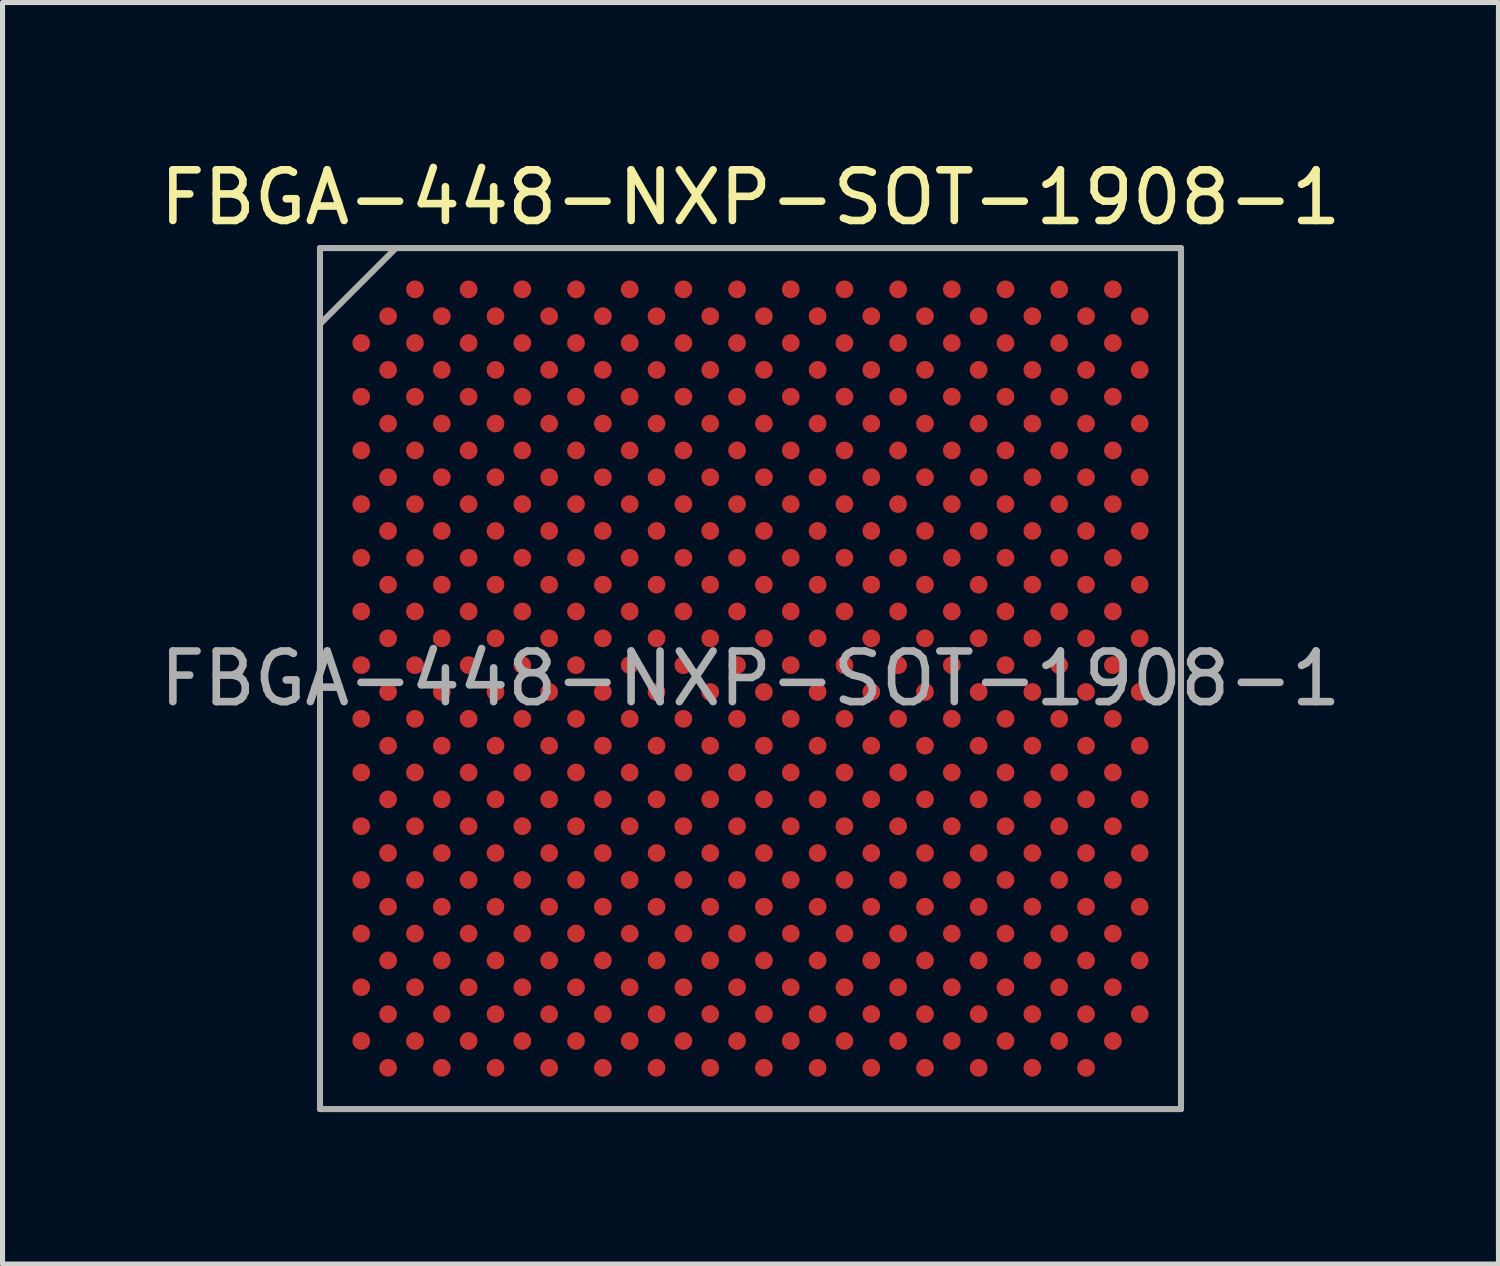
<source format=kicad_pcb>
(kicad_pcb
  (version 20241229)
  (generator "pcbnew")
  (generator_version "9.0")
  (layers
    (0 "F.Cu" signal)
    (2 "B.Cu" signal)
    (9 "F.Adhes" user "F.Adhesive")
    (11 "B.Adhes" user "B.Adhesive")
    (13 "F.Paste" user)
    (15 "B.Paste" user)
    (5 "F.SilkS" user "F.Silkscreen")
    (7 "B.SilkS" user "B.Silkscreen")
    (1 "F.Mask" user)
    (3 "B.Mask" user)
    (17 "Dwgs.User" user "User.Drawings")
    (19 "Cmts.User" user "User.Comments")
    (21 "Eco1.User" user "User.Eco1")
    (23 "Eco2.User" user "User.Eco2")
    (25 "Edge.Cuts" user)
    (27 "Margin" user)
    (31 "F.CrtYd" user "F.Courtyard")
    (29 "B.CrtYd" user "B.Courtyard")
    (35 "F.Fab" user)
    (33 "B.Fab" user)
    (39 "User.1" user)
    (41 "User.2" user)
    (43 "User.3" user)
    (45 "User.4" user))
  (footprint "FBGA-448-NXP-SOT-1908-1"
    (layer "F.Cu")
    (at 11.768 10.348)
    (property "Reference" "FBGA-448-NXP-SOT-1908-1" (at 0 -9.5 0) (layer "F.SilkS") (effects (font (size 1 1) (thickness 0.15))))
    (attr smd)
    (fp_line (start -8.5 -8.5) (end 8.5 -8.5) (stroke (width 0.1) (type solid)) (layer "F.SilkS"))
    (fp_line (start -8.5 8.5) (end -8.5 -8.5) (stroke (width 0.1) (type solid)) (layer "F.SilkS"))
    (fp_line (start 8.5 -8.5) (end 8.5 8.5) (stroke (width 0.1) (type solid)) (layer "F.SilkS"))
    (fp_line (start 8.5 8.5) (end -8.5 8.5) (stroke (width 0.1) (type solid)) (layer "F.SilkS"))
    (fp_line (start -8.5 -8.5) (end -8.5 8.5) (stroke (width 0.12) (type solid)) (layer "F.Fab"))
    (fp_line (start -8.5 8.5) (end 8.5 8.5) (stroke (width 0.12) (type solid)) (layer "F.Fab"))
    (fp_line (start -7 -8.5) (end -8.5 -7) (stroke (width 0.12) (type solid)) (layer "F.Fab"))
    (fp_line (start 8.5 -8.5) (end -8.5 -8.5) (stroke (width 0.12) (type solid)) (layer "F.Fab"))
    (fp_line (start 8.5 8.5) (end 8.5 -8.5) (stroke (width 0.12) (type solid)) (layer "F.Fab"))
    (fp_text user "${REFERENCE}" (at 0 0 0) (layer "F.Fab") (effects (font (size 1 1) (thickness 0.15))))
    (pad "A3" smd circle (at -6.625 -7.685) (size 0.35 0.35) (layers "F.Cu" "F.Mask" "F.Paste"))
    (pad "A5" smd circle (at -5.565 -7.685) (size 0.35 0.35) (layers "F.Cu" "F.Mask" "F.Paste"))
    (pad "A7" smd circle (at -4.505 -7.685) (size 0.35 0.35) (layers "F.Cu" "F.Mask" "F.Paste"))
    (pad "A9" smd circle (at -3.445 -7.685) (size 0.35 0.35) (layers "F.Cu" "F.Mask" "F.Paste"))
    (pad "A11" smd circle (at -2.385 -7.685) (size 0.35 0.35) (layers "F.Cu" "F.Mask" "F.Paste"))
    (pad "A13" smd circle (at -1.325 -7.685) (size 0.35 0.35) (layers "F.Cu" "F.Mask" "F.Paste"))
    (pad "A15" smd circle (at -0.265 -7.685) (size 0.35 0.35) (layers "F.Cu" "F.Mask" "F.Paste"))
    (pad "A17" smd circle (at 0.795 -7.685) (size 0.35 0.35) (layers "F.Cu" "F.Mask" "F.Paste"))
    (pad "A19" smd circle (at 1.855 -7.685) (size 0.35 0.35) (layers "F.Cu" "F.Mask" "F.Paste"))
    (pad "A21" smd circle (at 2.915 -7.685) (size 0.35 0.35) (layers "F.Cu" "F.Mask" "F.Paste"))
    (pad "A23" smd circle (at 3.975 -7.685) (size 0.35 0.35) (layers "F.Cu" "F.Mask" "F.Paste"))
    (pad "A25" smd circle (at 5.035 -7.685) (size 0.35 0.35) (layers "F.Cu" "F.Mask" "F.Paste"))
    (pad "A27" smd circle (at 6.095 -7.685) (size 0.35 0.35) (layers "F.Cu" "F.Mask" "F.Paste"))
    (pad "A29" smd circle (at 7.155 -7.685) (size 0.35 0.35) (layers "F.Cu" "F.Mask" "F.Paste"))
    (pad "AA1" smd circle (at -7.685 2.915) (size 0.35 0.35) (layers "F.Cu" "F.Mask" "F.Paste"))
    (pad "AA3" smd circle (at -6.625 2.915) (size 0.35 0.35) (layers "F.Cu" "F.Mask" "F.Paste"))
    (pad "AA5" smd circle (at -5.565 2.915) (size 0.35 0.35) (layers "F.Cu" "F.Mask" "F.Paste"))
    (pad "AA7" smd circle (at -4.505 2.915) (size 0.35 0.35) (layers "F.Cu" "F.Mask" "F.Paste"))
    (pad "AA9" smd circle (at -3.445 2.915) (size 0.35 0.35) (layers "F.Cu" "F.Mask" "F.Paste"))
    (pad "AA11" smd circle (at -2.385 2.915) (size 0.35 0.35) (layers "F.Cu" "F.Mask" "F.Paste"))
    (pad "AA13" smd circle (at -1.325 2.915) (size 0.35 0.35) (layers "F.Cu" "F.Mask" "F.Paste"))
    (pad "AA15" smd circle (at -0.265 2.915) (size 0.35 0.35) (layers "F.Cu" "F.Mask" "F.Paste"))
    (pad "AA17" smd circle (at 0.795 2.915) (size 0.35 0.35) (layers "F.Cu" "F.Mask" "F.Paste"))
    (pad "AA19" smd circle (at 1.855 2.915) (size 0.35 0.35) (layers "F.Cu" "F.Mask" "F.Paste"))
    (pad "AA21" smd circle (at 2.915 2.915) (size 0.35 0.35) (layers "F.Cu" "F.Mask" "F.Paste"))
    (pad "AA23" smd circle (at 3.975 2.915) (size 0.35 0.35) (layers "F.Cu" "F.Mask" "F.Paste"))
    (pad "AA25" smd circle (at 5.035 2.915) (size 0.35 0.35) (layers "F.Cu" "F.Mask" "F.Paste"))
    (pad "AA27" smd circle (at 6.095 2.915) (size 0.35 0.35) (layers "F.Cu" "F.Mask" "F.Paste"))
    (pad "AA29" smd circle (at 7.155 2.915) (size 0.35 0.35) (layers "F.Cu" "F.Mask" "F.Paste"))
    (pad "AB2" smd circle (at -7.155 3.445) (size 0.35 0.35) (layers "F.Cu" "F.Mask" "F.Paste"))
    (pad "AB4" smd circle (at -6.095 3.445) (size 0.35 0.35) (layers "F.Cu" "F.Mask" "F.Paste"))
    (pad "AB6" smd circle (at -5.035 3.445) (size 0.35 0.35) (layers "F.Cu" "F.Mask" "F.Paste"))
    (pad "AB8" smd circle (at -3.975 3.445) (size 0.35 0.35) (layers "F.Cu" "F.Mask" "F.Paste"))
    (pad "AB10" smd circle (at -2.915 3.445) (size 0.35 0.35) (layers "F.Cu" "F.Mask" "F.Paste"))
    (pad "AB12" smd circle (at -1.855 3.445) (size 0.35 0.35) (layers "F.Cu" "F.Mask" "F.Paste"))
    (pad "AB14" smd circle (at -0.795 3.445) (size 0.35 0.35) (layers "F.Cu" "F.Mask" "F.Paste"))
    (pad "AB16" smd circle (at 0.265 3.445) (size 0.35 0.35) (layers "F.Cu" "F.Mask" "F.Paste"))
    (pad "AB18" smd circle (at 1.325 3.445) (size 0.35 0.35) (layers "F.Cu" "F.Mask" "F.Paste"))
    (pad "AB20" smd circle (at 2.385 3.445) (size 0.35 0.35) (layers "F.Cu" "F.Mask" "F.Paste"))
    (pad "AB22" smd circle (at 3.445 3.445) (size 0.35 0.35) (layers "F.Cu" "F.Mask" "F.Paste"))
    (pad "AB24" smd circle (at 4.505 3.445) (size 0.35 0.35) (layers "F.Cu" "F.Mask" "F.Paste"))
    (pad "AB26" smd circle (at 5.565 3.445) (size 0.35 0.35) (layers "F.Cu" "F.Mask" "F.Paste"))
    (pad "AB28" smd circle (at 6.625 3.445) (size 0.35 0.35) (layers "F.Cu" "F.Mask" "F.Paste"))
    (pad "AB30" smd circle (at 7.685 3.445) (size 0.35 0.35) (layers "F.Cu" "F.Mask" "F.Paste"))
    (pad "AC1" smd circle (at -7.685 3.975) (size 0.35 0.35) (layers "F.Cu" "F.Mask" "F.Paste"))
    (pad "AC3" smd circle (at -6.625 3.975) (size 0.35 0.35) (layers "F.Cu" "F.Mask" "F.Paste"))
    (pad "AC5" smd circle (at -5.565 3.975) (size 0.35 0.35) (layers "F.Cu" "F.Mask" "F.Paste"))
    (pad "AC7" smd circle (at -4.505 3.975) (size 0.35 0.35) (layers "F.Cu" "F.Mask" "F.Paste"))
    (pad "AC9" smd circle (at -3.445 3.975) (size 0.35 0.35) (layers "F.Cu" "F.Mask" "F.Paste"))
    (pad "AC11" smd circle (at -2.385 3.975) (size 0.35 0.35) (layers "F.Cu" "F.Mask" "F.Paste"))
    (pad "AC13" smd circle (at -1.325 3.975) (size 0.35 0.35) (layers "F.Cu" "F.Mask" "F.Paste"))
    (pad "AC15" smd circle (at -0.265 3.975) (size 0.35 0.35) (layers "F.Cu" "F.Mask" "F.Paste"))
    (pad "AC17" smd circle (at 0.795 3.975) (size 0.35 0.35) (layers "F.Cu" "F.Mask" "F.Paste"))
    (pad "AC19" smd circle (at 1.855 3.975) (size 0.35 0.35) (layers "F.Cu" "F.Mask" "F.Paste"))
    (pad "AC21" smd circle (at 2.915 3.975) (size 0.35 0.35) (layers "F.Cu" "F.Mask" "F.Paste"))
    (pad "AC23" smd circle (at 3.975 3.975) (size 0.35 0.35) (layers "F.Cu" "F.Mask" "F.Paste"))
    (pad "AC25" smd circle (at 5.035 3.975) (size 0.35 0.35) (layers "F.Cu" "F.Mask" "F.Paste"))
    (pad "AC27" smd circle (at 6.095 3.975) (size 0.35 0.35) (layers "F.Cu" "F.Mask" "F.Paste"))
    (pad "AC29" smd circle (at 7.155 3.975) (size 0.35 0.35) (layers "F.Cu" "F.Mask" "F.Paste"))
    (pad "AD2" smd circle (at -7.155 4.505) (size 0.35 0.35) (layers "F.Cu" "F.Mask" "F.Paste"))
    (pad "AD4" smd circle (at -6.095 4.505) (size 0.35 0.35) (layers "F.Cu" "F.Mask" "F.Paste"))
    (pad "AD6" smd circle (at -5.035 4.505) (size 0.35 0.35) (layers "F.Cu" "F.Mask" "F.Paste"))
    (pad "AD8" smd circle (at -3.975 4.505) (size 0.35 0.35) (layers "F.Cu" "F.Mask" "F.Paste"))
    (pad "AD10" smd circle (at -2.915 4.505) (size 0.35 0.35) (layers "F.Cu" "F.Mask" "F.Paste"))
    (pad "AD12" smd circle (at -1.855 4.505) (size 0.35 0.35) (layers "F.Cu" "F.Mask" "F.Paste"))
    (pad "AD14" smd circle (at -0.795 4.505) (size 0.35 0.35) (layers "F.Cu" "F.Mask" "F.Paste"))
    (pad "AD16" smd circle (at 0.265 4.505) (size 0.35 0.35) (layers "F.Cu" "F.Mask" "F.Paste"))
    (pad "AD18" smd circle (at 1.325 4.505) (size 0.35 0.35) (layers "F.Cu" "F.Mask" "F.Paste"))
    (pad "AD20" smd circle (at 2.385 4.505) (size 0.35 0.35) (layers "F.Cu" "F.Mask" "F.Paste"))
    (pad "AD22" smd circle (at 3.445 4.505) (size 0.35 0.35) (layers "F.Cu" "F.Mask" "F.Paste"))
    (pad "AD24" smd circle (at 4.505 4.505) (size 0.35 0.35) (layers "F.Cu" "F.Mask" "F.Paste"))
    (pad "AD26" smd circle (at 5.565 4.505) (size 0.35 0.35) (layers "F.Cu" "F.Mask" "F.Paste"))
    (pad "AD28" smd circle (at 6.625 4.505) (size 0.35 0.35) (layers "F.Cu" "F.Mask" "F.Paste"))
    (pad "AD30" smd circle (at 7.685 4.505) (size 0.35 0.35) (layers "F.Cu" "F.Mask" "F.Paste"))
    (pad "AE1" smd circle (at -7.685 5.035) (size 0.35 0.35) (layers "F.Cu" "F.Mask" "F.Paste"))
    (pad "AE3" smd circle (at -6.625 5.035) (size 0.35 0.35) (layers "F.Cu" "F.Mask" "F.Paste"))
    (pad "AE5" smd circle (at -5.565 5.035) (size 0.35 0.35) (layers "F.Cu" "F.Mask" "F.Paste"))
    (pad "AE7" smd circle (at -4.505 5.035) (size 0.35 0.35) (layers "F.Cu" "F.Mask" "F.Paste"))
    (pad "AE9" smd circle (at -3.445 5.035) (size 0.35 0.35) (layers "F.Cu" "F.Mask" "F.Paste"))
    (pad "AE11" smd circle (at -2.385 5.035) (size 0.35 0.35) (layers "F.Cu" "F.Mask" "F.Paste"))
    (pad "AE13" smd circle (at -1.325 5.035) (size 0.35 0.35) (layers "F.Cu" "F.Mask" "F.Paste"))
    (pad "AE15" smd circle (at -0.265 5.035) (size 0.35 0.35) (layers "F.Cu" "F.Mask" "F.Paste"))
    (pad "AE17" smd circle (at 0.795 5.035) (size 0.35 0.35) (layers "F.Cu" "F.Mask" "F.Paste"))
    (pad "AE19" smd circle (at 1.855 5.035) (size 0.35 0.35) (layers "F.Cu" "F.Mask" "F.Paste"))
    (pad "AE21" smd circle (at 2.915 5.035) (size 0.35 0.35) (layers "F.Cu" "F.Mask" "F.Paste"))
    (pad "AE23" smd circle (at 3.975 5.035) (size 0.35 0.35) (layers "F.Cu" "F.Mask" "F.Paste"))
    (pad "AE25" smd circle (at 5.035 5.035) (size 0.35 0.35) (layers "F.Cu" "F.Mask" "F.Paste"))
    (pad "AE27" smd circle (at 6.095 5.035) (size 0.35 0.35) (layers "F.Cu" "F.Mask" "F.Paste"))
    (pad "AE29" smd circle (at 7.155 5.035) (size 0.35 0.35) (layers "F.Cu" "F.Mask" "F.Paste"))
    (pad "AF2" smd circle (at -7.155 5.565) (size 0.35 0.35) (layers "F.Cu" "F.Mask" "F.Paste"))
    (pad "AF4" smd circle (at -6.095 5.565) (size 0.35 0.35) (layers "F.Cu" "F.Mask" "F.Paste"))
    (pad "AF6" smd circle (at -5.035 5.565) (size 0.35 0.35) (layers "F.Cu" "F.Mask" "F.Paste"))
    (pad "AF8" smd circle (at -3.975 5.565) (size 0.35 0.35) (layers "F.Cu" "F.Mask" "F.Paste"))
    (pad "AF10" smd circle (at -2.915 5.565) (size 0.35 0.35) (layers "F.Cu" "F.Mask" "F.Paste"))
    (pad "AF12" smd circle (at -1.855 5.565) (size 0.35 0.35) (layers "F.Cu" "F.Mask" "F.Paste"))
    (pad "AF14" smd circle (at -0.795 5.565) (size 0.35 0.35) (layers "F.Cu" "F.Mask" "F.Paste"))
    (pad "AF16" smd circle (at 0.265 5.565) (size 0.35 0.35) (layers "F.Cu" "F.Mask" "F.Paste"))
    (pad "AF18" smd circle (at 1.325 5.565) (size 0.35 0.35) (layers "F.Cu" "F.Mask" "F.Paste"))
    (pad "AF20" smd circle (at 2.385 5.565) (size 0.35 0.35) (layers "F.Cu" "F.Mask" "F.Paste"))
    (pad "AF22" smd circle (at 3.445 5.565) (size 0.35 0.35) (layers "F.Cu" "F.Mask" "F.Paste"))
    (pad "AF24" smd circle (at 4.505 5.565) (size 0.35 0.35) (layers "F.Cu" "F.Mask" "F.Paste"))
    (pad "AF26" smd circle (at 5.565 5.565) (size 0.35 0.35) (layers "F.Cu" "F.Mask" "F.Paste"))
    (pad "AF28" smd circle (at 6.625 5.565) (size 0.35 0.35) (layers "F.Cu" "F.Mask" "F.Paste"))
    (pad "AF30" smd circle (at 7.685 5.565) (size 0.35 0.35) (layers "F.Cu" "F.Mask" "F.Paste"))
    (pad "AG1" smd circle (at -7.685 6.095) (size 0.35 0.35) (layers "F.Cu" "F.Mask" "F.Paste"))
    (pad "AG3" smd circle (at -6.625 6.095) (size 0.35 0.35) (layers "F.Cu" "F.Mask" "F.Paste"))
    (pad "AG5" smd circle (at -5.565 6.095) (size 0.35 0.35) (layers "F.Cu" "F.Mask" "F.Paste"))
    (pad "AG7" smd circle (at -4.505 6.095) (size 0.35 0.35) (layers "F.Cu" "F.Mask" "F.Paste"))
    (pad "AG9" smd circle (at -3.445 6.095) (size 0.35 0.35) (layers "F.Cu" "F.Mask" "F.Paste"))
    (pad "AG11" smd circle (at -2.385 6.095) (size 0.35 0.35) (layers "F.Cu" "F.Mask" "F.Paste"))
    (pad "AG13" smd circle (at -1.325 6.095) (size 0.35 0.35) (layers "F.Cu" "F.Mask" "F.Paste"))
    (pad "AG15" smd circle (at -0.265 6.095) (size 0.35 0.35) (layers "F.Cu" "F.Mask" "F.Paste"))
    (pad "AG17" smd circle (at 0.795 6.095) (size 0.35 0.35) (layers "F.Cu" "F.Mask" "F.Paste"))
    (pad "AG19" smd circle (at 1.855 6.095) (size 0.35 0.35) (layers "F.Cu" "F.Mask" "F.Paste"))
    (pad "AG21" smd circle (at 2.915 6.095) (size 0.35 0.35) (layers "F.Cu" "F.Mask" "F.Paste"))
    (pad "AG23" smd circle (at 3.975 6.095) (size 0.35 0.35) (layers "F.Cu" "F.Mask" "F.Paste"))
    (pad "AG25" smd circle (at 5.035 6.095) (size 0.35 0.35) (layers "F.Cu" "F.Mask" "F.Paste"))
    (pad "AG27" smd circle (at 6.095 6.095) (size 0.35 0.35) (layers "F.Cu" "F.Mask" "F.Paste"))
    (pad "AG29" smd circle (at 7.155 6.095) (size 0.35 0.35) (layers "F.Cu" "F.Mask" "F.Paste"))
    (pad "AH2" smd circle (at -7.155 6.625) (size 0.35 0.35) (layers "F.Cu" "F.Mask" "F.Paste"))
    (pad "AH4" smd circle (at -6.095 6.625) (size 0.35 0.35) (layers "F.Cu" "F.Mask" "F.Paste"))
    (pad "AH6" smd circle (at -5.035 6.625) (size 0.35 0.35) (layers "F.Cu" "F.Mask" "F.Paste"))
    (pad "AH8" smd circle (at -3.975 6.625) (size 0.35 0.35) (layers "F.Cu" "F.Mask" "F.Paste"))
    (pad "AH10" smd circle (at -2.915 6.625) (size 0.35 0.35) (layers "F.Cu" "F.Mask" "F.Paste"))
    (pad "AH12" smd circle (at -1.855 6.625) (size 0.35 0.35) (layers "F.Cu" "F.Mask" "F.Paste"))
    (pad "AH14" smd circle (at -0.795 6.625) (size 0.35 0.35) (layers "F.Cu" "F.Mask" "F.Paste"))
    (pad "AH16" smd circle (at 0.265 6.625) (size 0.35 0.35) (layers "F.Cu" "F.Mask" "F.Paste"))
    (pad "AH18" smd circle (at 1.325 6.625) (size 0.35 0.35) (layers "F.Cu" "F.Mask" "F.Paste"))
    (pad "AH20" smd circle (at 2.385 6.625) (size 0.35 0.35) (layers "F.Cu" "F.Mask" "F.Paste"))
    (pad "AH22" smd circle (at 3.445 6.625) (size 0.35 0.35) (layers "F.Cu" "F.Mask" "F.Paste"))
    (pad "AH24" smd circle (at 4.505 6.625) (size 0.35 0.35) (layers "F.Cu" "F.Mask" "F.Paste"))
    (pad "AH26" smd circle (at 5.565 6.625) (size 0.35 0.35) (layers "F.Cu" "F.Mask" "F.Paste"))
    (pad "AH28" smd circle (at 6.625 6.625) (size 0.35 0.35) (layers "F.Cu" "F.Mask" "F.Paste"))
    (pad "AH30" smd circle (at 7.685 6.625) (size 0.35 0.35) (layers "F.Cu" "F.Mask" "F.Paste"))
    (pad "AJ1" smd circle (at -7.685 7.155) (size 0.35 0.35) (layers "F.Cu" "F.Mask" "F.Paste"))
    (pad "AJ3" smd circle (at -6.625 7.155) (size 0.35 0.35) (layers "F.Cu" "F.Mask" "F.Paste"))
    (pad "AJ5" smd circle (at -5.565 7.155) (size 0.35 0.35) (layers "F.Cu" "F.Mask" "F.Paste"))
    (pad "AJ7" smd circle (at -4.505 7.155) (size 0.35 0.35) (layers "F.Cu" "F.Mask" "F.Paste"))
    (pad "AJ9" smd circle (at -3.445 7.155) (size 0.35 0.35) (layers "F.Cu" "F.Mask" "F.Paste"))
    (pad "AJ11" smd circle (at -2.385 7.155) (size 0.35 0.35) (layers "F.Cu" "F.Mask" "F.Paste"))
    (pad "AJ13" smd circle (at -1.325 7.155) (size 0.35 0.35) (layers "F.Cu" "F.Mask" "F.Paste"))
    (pad "AJ15" smd circle (at -0.265 7.155) (size 0.35 0.35) (layers "F.Cu" "F.Mask" "F.Paste"))
    (pad "AJ17" smd circle (at 0.795 7.155) (size 0.35 0.35) (layers "F.Cu" "F.Mask" "F.Paste"))
    (pad "AJ19" smd circle (at 1.855 7.155) (size 0.35 0.35) (layers "F.Cu" "F.Mask" "F.Paste"))
    (pad "AJ21" smd circle (at 2.915 7.155) (size 0.35 0.35) (layers "F.Cu" "F.Mask" "F.Paste"))
    (pad "AJ23" smd circle (at 3.975 7.155) (size 0.35 0.35) (layers "F.Cu" "F.Mask" "F.Paste"))
    (pad "AJ25" smd circle (at 5.035 7.155) (size 0.35 0.35) (layers "F.Cu" "F.Mask" "F.Paste"))
    (pad "AJ27" smd circle (at 6.095 7.155) (size 0.35 0.35) (layers "F.Cu" "F.Mask" "F.Paste"))
    (pad "AJ29" smd circle (at 7.155 7.155) (size 0.35 0.35) (layers "F.Cu" "F.Mask" "F.Paste"))
    (pad "AK2" smd circle (at -7.155 7.685) (size 0.35 0.35) (layers "F.Cu" "F.Mask" "F.Paste"))
    (pad "AK4" smd circle (at -6.095 7.685) (size 0.35 0.35) (layers "F.Cu" "F.Mask" "F.Paste"))
    (pad "AK6" smd circle (at -5.035 7.685) (size 0.35 0.35) (layers "F.Cu" "F.Mask" "F.Paste"))
    (pad "AK8" smd circle (at -3.975 7.685) (size 0.35 0.35) (layers "F.Cu" "F.Mask" "F.Paste"))
    (pad "AK10" smd circle (at -2.915 7.685) (size 0.35 0.35) (layers "F.Cu" "F.Mask" "F.Paste"))
    (pad "AK12" smd circle (at -1.855 7.685) (size 0.35 0.35) (layers "F.Cu" "F.Mask" "F.Paste"))
    (pad "AK14" smd circle (at -0.795 7.685) (size 0.35 0.35) (layers "F.Cu" "F.Mask" "F.Paste"))
    (pad "AK16" smd circle (at 0.265 7.685) (size 0.35 0.35) (layers "F.Cu" "F.Mask" "F.Paste"))
    (pad "AK18" smd circle (at 1.325 7.685) (size 0.35 0.35) (layers "F.Cu" "F.Mask" "F.Paste"))
    (pad "AK20" smd circle (at 2.385 7.685) (size 0.35 0.35) (layers "F.Cu" "F.Mask" "F.Paste"))
    (pad "AK22" smd circle (at 3.445 7.685) (size 0.35 0.35) (layers "F.Cu" "F.Mask" "F.Paste"))
    (pad "AK24" smd circle (at 4.505 7.685) (size 0.35 0.35) (layers "F.Cu" "F.Mask" "F.Paste"))
    (pad "AK26" smd circle (at 5.565 7.685) (size 0.35 0.35) (layers "F.Cu" "F.Mask" "F.Paste"))
    (pad "AK28" smd circle (at 6.625 7.685) (size 0.35 0.35) (layers "F.Cu" "F.Mask" "F.Paste"))
    (pad "B2" smd circle (at -7.155 -7.155) (size 0.35 0.35) (layers "F.Cu" "F.Mask" "F.Paste"))
    (pad "B4" smd circle (at -6.095 -7.155) (size 0.35 0.35) (layers "F.Cu" "F.Mask" "F.Paste"))
    (pad "B6" smd circle (at -5.035 -7.155) (size 0.35 0.35) (layers "F.Cu" "F.Mask" "F.Paste"))
    (pad "B8" smd circle (at -3.975 -7.155) (size 0.35 0.35) (layers "F.Cu" "F.Mask" "F.Paste"))
    (pad "B10" smd circle (at -2.915 -7.155) (size 0.35 0.35) (layers "F.Cu" "F.Mask" "F.Paste"))
    (pad "B12" smd circle (at -1.855 -7.155) (size 0.35 0.35) (layers "F.Cu" "F.Mask" "F.Paste"))
    (pad "B14" smd circle (at -0.795 -7.155) (size 0.35 0.35) (layers "F.Cu" "F.Mask" "F.Paste"))
    (pad "B16" smd circle (at 0.265 -7.155) (size 0.35 0.35) (layers "F.Cu" "F.Mask" "F.Paste"))
    (pad "B18" smd circle (at 1.325 -7.155) (size 0.35 0.35) (layers "F.Cu" "F.Mask" "F.Paste"))
    (pad "B20" smd circle (at 2.385 -7.155) (size 0.35 0.35) (layers "F.Cu" "F.Mask" "F.Paste"))
    (pad "B22" smd circle (at 3.445 -7.155) (size 0.35 0.35) (layers "F.Cu" "F.Mask" "F.Paste"))
    (pad "B24" smd circle (at 4.505 -7.155) (size 0.35 0.35) (layers "F.Cu" "F.Mask" "F.Paste"))
    (pad "B26" smd circle (at 5.565 -7.155) (size 0.35 0.35) (layers "F.Cu" "F.Mask" "F.Paste"))
    (pad "B28" smd circle (at 6.625 -7.155) (size 0.35 0.35) (layers "F.Cu" "F.Mask" "F.Paste"))
    (pad "B30" smd circle (at 7.685 -7.155) (size 0.35 0.35) (layers "F.Cu" "F.Mask" "F.Paste"))
    (pad "C1" smd circle (at -7.685 -6.625) (size 0.35 0.35) (layers "F.Cu" "F.Mask" "F.Paste"))
    (pad "C3" smd circle (at -6.625 -6.625) (size 0.35 0.35) (layers "F.Cu" "F.Mask" "F.Paste"))
    (pad "C5" smd circle (at -5.565 -6.625) (size 0.35 0.35) (layers "F.Cu" "F.Mask" "F.Paste"))
    (pad "C7" smd circle (at -4.505 -6.625) (size 0.35 0.35) (layers "F.Cu" "F.Mask" "F.Paste"))
    (pad "C9" smd circle (at -3.445 -6.625) (size 0.35 0.35) (layers "F.Cu" "F.Mask" "F.Paste"))
    (pad "C11" smd circle (at -2.385 -6.625) (size 0.35 0.35) (layers "F.Cu" "F.Mask" "F.Paste"))
    (pad "C13" smd circle (at -1.325 -6.625) (size 0.35 0.35) (layers "F.Cu" "F.Mask" "F.Paste"))
    (pad "C15" smd circle (at -0.265 -6.625) (size 0.35 0.35) (layers "F.Cu" "F.Mask" "F.Paste"))
    (pad "C17" smd circle (at 0.795 -6.625) (size 0.35 0.35) (layers "F.Cu" "F.Mask" "F.Paste"))
    (pad "C19" smd circle (at 1.855 -6.625) (size 0.35 0.35) (layers "F.Cu" "F.Mask" "F.Paste"))
    (pad "C21" smd circle (at 2.915 -6.625) (size 0.35 0.35) (layers "F.Cu" "F.Mask" "F.Paste"))
    (pad "C23" smd circle (at 3.975 -6.625) (size 0.35 0.35) (layers "F.Cu" "F.Mask" "F.Paste"))
    (pad "C25" smd circle (at 5.035 -6.625) (size 0.35 0.35) (layers "F.Cu" "F.Mask" "F.Paste"))
    (pad "C27" smd circle (at 6.095 -6.625) (size 0.35 0.35) (layers "F.Cu" "F.Mask" "F.Paste"))
    (pad "C29" smd circle (at 7.155 -6.625) (size 0.35 0.35) (layers "F.Cu" "F.Mask" "F.Paste"))
    (pad "D2" smd circle (at -7.155 -6.095) (size 0.35 0.35) (layers "F.Cu" "F.Mask" "F.Paste"))
    (pad "D4" smd circle (at -6.095 -6.095) (size 0.35 0.35) (layers "F.Cu" "F.Mask" "F.Paste"))
    (pad "D6" smd circle (at -5.035 -6.095) (size 0.35 0.35) (layers "F.Cu" "F.Mask" "F.Paste"))
    (pad "D8" smd circle (at -3.975 -6.095) (size 0.35 0.35) (layers "F.Cu" "F.Mask" "F.Paste"))
    (pad "D10" smd circle (at -2.915 -6.095) (size 0.35 0.35) (layers "F.Cu" "F.Mask" "F.Paste"))
    (pad "D12" smd circle (at -1.855 -6.095) (size 0.35 0.35) (layers "F.Cu" "F.Mask" "F.Paste"))
    (pad "D14" smd circle (at -0.795 -6.095) (size 0.35 0.35) (layers "F.Cu" "F.Mask" "F.Paste"))
    (pad "D16" smd circle (at 0.265 -6.095) (size 0.35 0.35) (layers "F.Cu" "F.Mask" "F.Paste"))
    (pad "D18" smd circle (at 1.325 -6.095) (size 0.35 0.35) (layers "F.Cu" "F.Mask" "F.Paste"))
    (pad "D20" smd circle (at 2.385 -6.095) (size 0.35 0.35) (layers "F.Cu" "F.Mask" "F.Paste"))
    (pad "D22" smd circle (at 3.445 -6.095) (size 0.35 0.35) (layers "F.Cu" "F.Mask" "F.Paste"))
    (pad "D24" smd circle (at 4.505 -6.095) (size 0.35 0.35) (layers "F.Cu" "F.Mask" "F.Paste"))
    (pad "D26" smd circle (at 5.565 -6.095) (size 0.35 0.35) (layers "F.Cu" "F.Mask" "F.Paste"))
    (pad "D28" smd circle (at 6.625 -6.095) (size 0.35 0.35) (layers "F.Cu" "F.Mask" "F.Paste"))
    (pad "D30" smd circle (at 7.685 -6.095) (size 0.35 0.35) (layers "F.Cu" "F.Mask" "F.Paste"))
    (pad "E1" smd circle (at -7.685 -5.565) (size 0.35 0.35) (layers "F.Cu" "F.Mask" "F.Paste"))
    (pad "E3" smd circle (at -6.625 -5.565) (size 0.35 0.35) (layers "F.Cu" "F.Mask" "F.Paste"))
    (pad "E5" smd circle (at -5.565 -5.565) (size 0.35 0.35) (layers "F.Cu" "F.Mask" "F.Paste"))
    (pad "E7" smd circle (at -4.505 -5.565) (size 0.35 0.35) (layers "F.Cu" "F.Mask" "F.Paste"))
    (pad "E9" smd circle (at -3.445 -5.565) (size 0.35 0.35) (layers "F.Cu" "F.Mask" "F.Paste"))
    (pad "E11" smd circle (at -2.385 -5.565) (size 0.35 0.35) (layers "F.Cu" "F.Mask" "F.Paste"))
    (pad "E13" smd circle (at -1.325 -5.565) (size 0.35 0.35) (layers "F.Cu" "F.Mask" "F.Paste"))
    (pad "E15" smd circle (at -0.265 -5.565) (size 0.35 0.35) (layers "F.Cu" "F.Mask" "F.Paste"))
    (pad "E17" smd circle (at 0.795 -5.565) (size 0.35 0.35) (layers "F.Cu" "F.Mask" "F.Paste"))
    (pad "E19" smd circle (at 1.855 -5.565) (size 0.35 0.35) (layers "F.Cu" "F.Mask" "F.Paste"))
    (pad "E21" smd circle (at 2.915 -5.565) (size 0.35 0.35) (layers "F.Cu" "F.Mask" "F.Paste"))
    (pad "E23" smd circle (at 3.975 -5.565) (size 0.35 0.35) (layers "F.Cu" "F.Mask" "F.Paste"))
    (pad "E25" smd circle (at 5.035 -5.565) (size 0.35 0.35) (layers "F.Cu" "F.Mask" "F.Paste"))
    (pad "E27" smd circle (at 6.095 -5.565) (size 0.35 0.35) (layers "F.Cu" "F.Mask" "F.Paste"))
    (pad "E29" smd circle (at 7.155 -5.565) (size 0.35 0.35) (layers "F.Cu" "F.Mask" "F.Paste"))
    (pad "F2" smd circle (at -7.155 -5.035) (size 0.35 0.35) (layers "F.Cu" "F.Mask" "F.Paste"))
    (pad "F4" smd circle (at -6.095 -5.035) (size 0.35 0.35) (layers "F.Cu" "F.Mask" "F.Paste"))
    (pad "F6" smd circle (at -5.035 -5.035) (size 0.35 0.35) (layers "F.Cu" "F.Mask" "F.Paste"))
    (pad "F8" smd circle (at -3.975 -5.035) (size 0.35 0.35) (layers "F.Cu" "F.Mask" "F.Paste"))
    (pad "F10" smd circle (at -2.915 -5.035) (size 0.35 0.35) (layers "F.Cu" "F.Mask" "F.Paste"))
    (pad "F12" smd circle (at -1.855 -5.035) (size 0.35 0.35) (layers "F.Cu" "F.Mask" "F.Paste"))
    (pad "F14" smd circle (at -0.795 -5.035) (size 0.35 0.35) (layers "F.Cu" "F.Mask" "F.Paste"))
    (pad "F16" smd circle (at 0.265 -5.035) (size 0.35 0.35) (layers "F.Cu" "F.Mask" "F.Paste"))
    (pad "F18" smd circle (at 1.325 -5.035) (size 0.35 0.35) (layers "F.Cu" "F.Mask" "F.Paste"))
    (pad "F20" smd circle (at 2.385 -5.035) (size 0.35 0.35) (layers "F.Cu" "F.Mask" "F.Paste"))
    (pad "F22" smd circle (at 3.445 -5.035) (size 0.35 0.35) (layers "F.Cu" "F.Mask" "F.Paste"))
    (pad "F24" smd circle (at 4.505 -5.035) (size 0.35 0.35) (layers "F.Cu" "F.Mask" "F.Paste"))
    (pad "F26" smd circle (at 5.565 -5.035) (size 0.35 0.35) (layers "F.Cu" "F.Mask" "F.Paste"))
    (pad "F28" smd circle (at 6.625 -5.035) (size 0.35 0.35) (layers "F.Cu" "F.Mask" "F.Paste"))
    (pad "F30" smd circle (at 7.685 -5.035) (size 0.35 0.35) (layers "F.Cu" "F.Mask" "F.Paste"))
    (pad "G1" smd circle (at -7.685 -4.505) (size 0.35 0.35) (layers "F.Cu" "F.Mask" "F.Paste"))
    (pad "G3" smd circle (at -6.625 -4.505) (size 0.35 0.35) (layers "F.Cu" "F.Mask" "F.Paste"))
    (pad "G5" smd circle (at -5.565 -4.505) (size 0.35 0.35) (layers "F.Cu" "F.Mask" "F.Paste"))
    (pad "G7" smd circle (at -4.505 -4.505) (size 0.35 0.35) (layers "F.Cu" "F.Mask" "F.Paste"))
    (pad "G9" smd circle (at -3.445 -4.505) (size 0.35 0.35) (layers "F.Cu" "F.Mask" "F.Paste"))
    (pad "G11" smd circle (at -2.385 -4.505) (size 0.35 0.35) (layers "F.Cu" "F.Mask" "F.Paste"))
    (pad "G13" smd circle (at -1.325 -4.505) (size 0.35 0.35) (layers "F.Cu" "F.Mask" "F.Paste"))
    (pad "G15" smd circle (at -0.265 -4.505) (size 0.35 0.35) (layers "F.Cu" "F.Mask" "F.Paste"))
    (pad "G17" smd circle (at 0.795 -4.505) (size 0.35 0.35) (layers "F.Cu" "F.Mask" "F.Paste"))
    (pad "G19" smd circle (at 1.855 -4.505) (size 0.35 0.35) (layers "F.Cu" "F.Mask" "F.Paste"))
    (pad "G21" smd circle (at 2.915 -4.505) (size 0.35 0.35) (layers "F.Cu" "F.Mask" "F.Paste"))
    (pad "G23" smd circle (at 3.975 -4.505) (size 0.35 0.35) (layers "F.Cu" "F.Mask" "F.Paste"))
    (pad "G25" smd circle (at 5.035 -4.505) (size 0.35 0.35) (layers "F.Cu" "F.Mask" "F.Paste"))
    (pad "G27" smd circle (at 6.095 -4.505) (size 0.35 0.35) (layers "F.Cu" "F.Mask" "F.Paste"))
    (pad "G29" smd circle (at 7.155 -4.505) (size 0.35 0.35) (layers "F.Cu" "F.Mask" "F.Paste"))
    (pad "H2" smd circle (at -7.155 -3.975) (size 0.35 0.35) (layers "F.Cu" "F.Mask" "F.Paste"))
    (pad "H4" smd circle (at -6.095 -3.975) (size 0.35 0.35) (layers "F.Cu" "F.Mask" "F.Paste"))
    (pad "H6" smd circle (at -5.035 -3.975) (size 0.35 0.35) (layers "F.Cu" "F.Mask" "F.Paste"))
    (pad "H8" smd circle (at -3.975 -3.975) (size 0.35 0.35) (layers "F.Cu" "F.Mask" "F.Paste"))
    (pad "H10" smd circle (at -2.915 -3.975) (size 0.35 0.35) (layers "F.Cu" "F.Mask" "F.Paste"))
    (pad "H12" smd circle (at -1.855 -3.975) (size 0.35 0.35) (layers "F.Cu" "F.Mask" "F.Paste"))
    (pad "H14" smd circle (at -0.795 -3.975) (size 0.35 0.35) (layers "F.Cu" "F.Mask" "F.Paste"))
    (pad "H16" smd circle (at 0.265 -3.975) (size 0.35 0.35) (layers "F.Cu" "F.Mask" "F.Paste"))
    (pad "H18" smd circle (at 1.325 -3.975) (size 0.35 0.35) (layers "F.Cu" "F.Mask" "F.Paste"))
    (pad "H20" smd circle (at 2.385 -3.975) (size 0.35 0.35) (layers "F.Cu" "F.Mask" "F.Paste"))
    (pad "H22" smd circle (at 3.445 -3.975) (size 0.35 0.35) (layers "F.Cu" "F.Mask" "F.Paste"))
    (pad "H24" smd circle (at 4.505 -3.975) (size 0.35 0.35) (layers "F.Cu" "F.Mask" "F.Paste"))
    (pad "H26" smd circle (at 5.565 -3.975) (size 0.35 0.35) (layers "F.Cu" "F.Mask" "F.Paste"))
    (pad "H28" smd circle (at 6.625 -3.975) (size 0.35 0.35) (layers "F.Cu" "F.Mask" "F.Paste"))
    (pad "H30" smd circle (at 7.685 -3.975) (size 0.35 0.35) (layers "F.Cu" "F.Mask" "F.Paste"))
    (pad "J1" smd circle (at -7.685 -3.445) (size 0.35 0.35) (layers "F.Cu" "F.Mask" "F.Paste"))
    (pad "J3" smd circle (at -6.625 -3.445) (size 0.35 0.35) (layers "F.Cu" "F.Mask" "F.Paste"))
    (pad "J5" smd circle (at -5.565 -3.445) (size 0.35 0.35) (layers "F.Cu" "F.Mask" "F.Paste"))
    (pad "J7" smd circle (at -4.505 -3.445) (size 0.35 0.35) (layers "F.Cu" "F.Mask" "F.Paste"))
    (pad "J9" smd circle (at -3.445 -3.445) (size 0.35 0.35) (layers "F.Cu" "F.Mask" "F.Paste"))
    (pad "J11" smd circle (at -2.385 -3.445) (size 0.35 0.35) (layers "F.Cu" "F.Mask" "F.Paste"))
    (pad "J13" smd circle (at -1.325 -3.445) (size 0.35 0.35) (layers "F.Cu" "F.Mask" "F.Paste"))
    (pad "J15" smd circle (at -0.265 -3.445) (size 0.35 0.35) (layers "F.Cu" "F.Mask" "F.Paste"))
    (pad "J17" smd circle (at 0.795 -3.445) (size 0.35 0.35) (layers "F.Cu" "F.Mask" "F.Paste"))
    (pad "J19" smd circle (at 1.855 -3.445) (size 0.35 0.35) (layers "F.Cu" "F.Mask" "F.Paste"))
    (pad "J21" smd circle (at 2.915 -3.445) (size 0.35 0.35) (layers "F.Cu" "F.Mask" "F.Paste"))
    (pad "J23" smd circle (at 3.975 -3.445) (size 0.35 0.35) (layers "F.Cu" "F.Mask" "F.Paste"))
    (pad "J25" smd circle (at 5.035 -3.445) (size 0.35 0.35) (layers "F.Cu" "F.Mask" "F.Paste"))
    (pad "J27" smd circle (at 6.095 -3.445) (size 0.35 0.35) (layers "F.Cu" "F.Mask" "F.Paste"))
    (pad "J29" smd circle (at 7.155 -3.445) (size 0.35 0.35) (layers "F.Cu" "F.Mask" "F.Paste"))
    (pad "K2" smd circle (at -7.155 -2.915) (size 0.35 0.35) (layers "F.Cu" "F.Mask" "F.Paste"))
    (pad "K4" smd circle (at -6.095 -2.915) (size 0.35 0.35) (layers "F.Cu" "F.Mask" "F.Paste"))
    (pad "K6" smd circle (at -5.035 -2.915) (size 0.35 0.35) (layers "F.Cu" "F.Mask" "F.Paste"))
    (pad "K8" smd circle (at -3.975 -2.915) (size 0.35 0.35) (layers "F.Cu" "F.Mask" "F.Paste"))
    (pad "K10" smd circle (at -2.915 -2.915) (size 0.35 0.35) (layers "F.Cu" "F.Mask" "F.Paste"))
    (pad "K12" smd circle (at -1.855 -2.915) (size 0.35 0.35) (layers "F.Cu" "F.Mask" "F.Paste"))
    (pad "K14" smd circle (at -0.795 -2.915) (size 0.35 0.35) (layers "F.Cu" "F.Mask" "F.Paste"))
    (pad "K16" smd circle (at 0.265 -2.915) (size 0.35 0.35) (layers "F.Cu" "F.Mask" "F.Paste"))
    (pad "K18" smd circle (at 1.325 -2.915) (size 0.35 0.35) (layers "F.Cu" "F.Mask" "F.Paste"))
    (pad "K20" smd circle (at 2.385 -2.915) (size 0.35 0.35) (layers "F.Cu" "F.Mask" "F.Paste"))
    (pad "K22" smd circle (at 3.445 -2.915) (size 0.35 0.35) (layers "F.Cu" "F.Mask" "F.Paste"))
    (pad "K24" smd circle (at 4.505 -2.915) (size 0.35 0.35) (layers "F.Cu" "F.Mask" "F.Paste"))
    (pad "K26" smd circle (at 5.565 -2.915) (size 0.35 0.35) (layers "F.Cu" "F.Mask" "F.Paste"))
    (pad "K28" smd circle (at 6.625 -2.915) (size 0.35 0.35) (layers "F.Cu" "F.Mask" "F.Paste"))
    (pad "K30" smd circle (at 7.685 -2.915) (size 0.35 0.35) (layers "F.Cu" "F.Mask" "F.Paste"))
    (pad "L1" smd circle (at -7.685 -2.385) (size 0.35 0.35) (layers "F.Cu" "F.Mask" "F.Paste"))
    (pad "L3" smd circle (at -6.625 -2.385) (size 0.35 0.35) (layers "F.Cu" "F.Mask" "F.Paste"))
    (pad "L5" smd circle (at -5.565 -2.385) (size 0.35 0.35) (layers "F.Cu" "F.Mask" "F.Paste"))
    (pad "L7" smd circle (at -4.505 -2.385) (size 0.35 0.35) (layers "F.Cu" "F.Mask" "F.Paste"))
    (pad "L9" smd circle (at -3.445 -2.385) (size 0.35 0.35) (layers "F.Cu" "F.Mask" "F.Paste"))
    (pad "L11" smd circle (at -2.385 -2.385) (size 0.35 0.35) (layers "F.Cu" "F.Mask" "F.Paste"))
    (pad "L13" smd circle (at -1.325 -2.385) (size 0.35 0.35) (layers "F.Cu" "F.Mask" "F.Paste"))
    (pad "L15" smd circle (at -0.265 -2.385) (size 0.35 0.35) (layers "F.Cu" "F.Mask" "F.Paste"))
    (pad "L17" smd circle (at 0.795 -2.385) (size 0.35 0.35) (layers "F.Cu" "F.Mask" "F.Paste"))
    (pad "L19" smd circle (at 1.855 -2.385) (size 0.35 0.35) (layers "F.Cu" "F.Mask" "F.Paste"))
    (pad "L21" smd circle (at 2.915 -2.385) (size 0.35 0.35) (layers "F.Cu" "F.Mask" "F.Paste"))
    (pad "L23" smd circle (at 3.975 -2.385) (size 0.35 0.35) (layers "F.Cu" "F.Mask" "F.Paste"))
    (pad "L25" smd circle (at 5.035 -2.385) (size 0.35 0.35) (layers "F.Cu" "F.Mask" "F.Paste"))
    (pad "L27" smd circle (at 6.095 -2.385) (size 0.35 0.35) (layers "F.Cu" "F.Mask" "F.Paste"))
    (pad "L29" smd circle (at 7.155 -2.385) (size 0.35 0.35) (layers "F.Cu" "F.Mask" "F.Paste"))
    (pad "M2" smd circle (at -7.155 -1.855) (size 0.35 0.35) (layers "F.Cu" "F.Mask" "F.Paste"))
    (pad "M4" smd circle (at -6.095 -1.855) (size 0.35 0.35) (layers "F.Cu" "F.Mask" "F.Paste"))
    (pad "M6" smd circle (at -5.035 -1.855) (size 0.35 0.35) (layers "F.Cu" "F.Mask" "F.Paste"))
    (pad "M8" smd circle (at -3.975 -1.855) (size 0.35 0.35) (layers "F.Cu" "F.Mask" "F.Paste"))
    (pad "M10" smd circle (at -2.915 -1.855) (size 0.35 0.35) (layers "F.Cu" "F.Mask" "F.Paste"))
    (pad "M12" smd circle (at -1.855 -1.855) (size 0.35 0.35) (layers "F.Cu" "F.Mask" "F.Paste"))
    (pad "M14" smd circle (at -0.795 -1.855) (size 0.35 0.35) (layers "F.Cu" "F.Mask" "F.Paste"))
    (pad "M16" smd circle (at 0.265 -1.855) (size 0.35 0.35) (layers "F.Cu" "F.Mask" "F.Paste"))
    (pad "M18" smd circle (at 1.325 -1.855) (size 0.35 0.35) (layers "F.Cu" "F.Mask" "F.Paste"))
    (pad "M20" smd circle (at 2.385 -1.855) (size 0.35 0.35) (layers "F.Cu" "F.Mask" "F.Paste"))
    (pad "M22" smd circle (at 3.445 -1.855) (size 0.35 0.35) (layers "F.Cu" "F.Mask" "F.Paste"))
    (pad "M24" smd circle (at 4.505 -1.855) (size 0.35 0.35) (layers "F.Cu" "F.Mask" "F.Paste"))
    (pad "M26" smd circle (at 5.565 -1.855) (size 0.35 0.35) (layers "F.Cu" "F.Mask" "F.Paste"))
    (pad "M28" smd circle (at 6.625 -1.855) (size 0.35 0.35) (layers "F.Cu" "F.Mask" "F.Paste"))
    (pad "M30" smd circle (at 7.685 -1.855) (size 0.35 0.35) (layers "F.Cu" "F.Mask" "F.Paste"))
    (pad "N1" smd circle (at -7.685 -1.325) (size 0.35 0.35) (layers "F.Cu" "F.Mask" "F.Paste"))
    (pad "N3" smd circle (at -6.625 -1.325) (size 0.35 0.35) (layers "F.Cu" "F.Mask" "F.Paste"))
    (pad "N5" smd circle (at -5.565 -1.325) (size 0.35 0.35) (layers "F.Cu" "F.Mask" "F.Paste"))
    (pad "N7" smd circle (at -4.505 -1.325) (size 0.35 0.35) (layers "F.Cu" "F.Mask" "F.Paste"))
    (pad "N9" smd circle (at -3.445 -1.325) (size 0.35 0.35) (layers "F.Cu" "F.Mask" "F.Paste"))
    (pad "N11" smd circle (at -2.385 -1.325) (size 0.35 0.35) (layers "F.Cu" "F.Mask" "F.Paste"))
    (pad "N13" smd circle (at -1.325 -1.325) (size 0.35 0.35) (layers "F.Cu" "F.Mask" "F.Paste"))
    (pad "N15" smd circle (at -0.265 -1.325) (size 0.35 0.35) (layers "F.Cu" "F.Mask" "F.Paste"))
    (pad "N17" smd circle (at 0.795 -1.325) (size 0.35 0.35) (layers "F.Cu" "F.Mask" "F.Paste"))
    (pad "N19" smd circle (at 1.855 -1.325) (size 0.35 0.35) (layers "F.Cu" "F.Mask" "F.Paste"))
    (pad "N21" smd circle (at 2.915 -1.325) (size 0.35 0.35) (layers "F.Cu" "F.Mask" "F.Paste"))
    (pad "N23" smd circle (at 3.975 -1.325) (size 0.35 0.35) (layers "F.Cu" "F.Mask" "F.Paste"))
    (pad "N25" smd circle (at 5.035 -1.325) (size 0.35 0.35) (layers "F.Cu" "F.Mask" "F.Paste"))
    (pad "N27" smd circle (at 6.095 -1.325) (size 0.35 0.35) (layers "F.Cu" "F.Mask" "F.Paste"))
    (pad "N29" smd circle (at 7.155 -1.325) (size 0.35 0.35) (layers "F.Cu" "F.Mask" "F.Paste"))
    (pad "P2" smd circle (at -7.155 -0.795) (size 0.35 0.35) (layers "F.Cu" "F.Mask" "F.Paste"))
    (pad "P4" smd circle (at -6.095 -0.795) (size 0.35 0.35) (layers "F.Cu" "F.Mask" "F.Paste"))
    (pad "P6" smd circle (at -5.035 -0.795) (size 0.35 0.35) (layers "F.Cu" "F.Mask" "F.Paste"))
    (pad "P8" smd circle (at -3.975 -0.795) (size 0.35 0.35) (layers "F.Cu" "F.Mask" "F.Paste"))
    (pad "P10" smd circle (at -2.915 -0.795) (size 0.35 0.35) (layers "F.Cu" "F.Mask" "F.Paste"))
    (pad "P12" smd circle (at -1.855 -0.795) (size 0.35 0.35) (layers "F.Cu" "F.Mask" "F.Paste"))
    (pad "P14" smd circle (at -0.795 -0.795) (size 0.35 0.35) (layers "F.Cu" "F.Mask" "F.Paste"))
    (pad "P16" smd circle (at 0.265 -0.795) (size 0.35 0.35) (layers "F.Cu" "F.Mask" "F.Paste"))
    (pad "P18" smd circle (at 1.325 -0.795) (size 0.35 0.35) (layers "F.Cu" "F.Mask" "F.Paste"))
    (pad "P20" smd circle (at 2.385 -0.795) (size 0.35 0.35) (layers "F.Cu" "F.Mask" "F.Paste"))
    (pad "P22" smd circle (at 3.445 -0.795) (size 0.35 0.35) (layers "F.Cu" "F.Mask" "F.Paste"))
    (pad "P24" smd circle (at 4.505 -0.795) (size 0.35 0.35) (layers "F.Cu" "F.Mask" "F.Paste"))
    (pad "P26" smd circle (at 5.565 -0.795) (size 0.35 0.35) (layers "F.Cu" "F.Mask" "F.Paste"))
    (pad "P28" smd circle (at 6.625 -0.795) (size 0.35 0.35) (layers "F.Cu" "F.Mask" "F.Paste"))
    (pad "P30" smd circle (at 7.685 -0.795) (size 0.35 0.35) (layers "F.Cu" "F.Mask" "F.Paste"))
    (pad "R1" smd circle (at -7.685 -0.265) (size 0.35 0.35) (layers "F.Cu" "F.Mask" "F.Paste"))
    (pad "R3" smd circle (at -6.625 -0.265) (size 0.35 0.35) (layers "F.Cu" "F.Mask" "F.Paste"))
    (pad "R5" smd circle (at -5.565 -0.265) (size 0.35 0.35) (layers "F.Cu" "F.Mask" "F.Paste"))
    (pad "R7" smd circle (at -4.505 -0.265) (size 0.35 0.35) (layers "F.Cu" "F.Mask" "F.Paste"))
    (pad "R9" smd circle (at -3.445 -0.265) (size 0.35 0.35) (layers "F.Cu" "F.Mask" "F.Paste"))
    (pad "R11" smd circle (at -2.385 -0.265) (size 0.35 0.35) (layers "F.Cu" "F.Mask" "F.Paste"))
    (pad "R13" smd circle (at -1.325 -0.265) (size 0.35 0.35) (layers "F.Cu" "F.Mask" "F.Paste"))
    (pad "R15" smd circle (at -0.265 -0.265) (size 0.35 0.35) (layers "F.Cu" "F.Mask" "F.Paste"))
    (pad "R17" smd circle (at 0.795 -0.265) (size 0.35 0.35) (layers "F.Cu" "F.Mask" "F.Paste"))
    (pad "R19" smd circle (at 1.855 -0.265) (size 0.35 0.35) (layers "F.Cu" "F.Mask" "F.Paste"))
    (pad "R21" smd circle (at 2.915 -0.265) (size 0.35 0.35) (layers "F.Cu" "F.Mask" "F.Paste"))
    (pad "R23" smd circle (at 3.975 -0.265) (size 0.35 0.35) (layers "F.Cu" "F.Mask" "F.Paste"))
    (pad "R25" smd circle (at 5.035 -0.265) (size 0.35 0.35) (layers "F.Cu" "F.Mask" "F.Paste"))
    (pad "R27" smd circle (at 6.095 -0.265) (size 0.35 0.35) (layers "F.Cu" "F.Mask" "F.Paste"))
    (pad "R29" smd circle (at 7.155 -0.265) (size 0.35 0.35) (layers "F.Cu" "F.Mask" "F.Paste"))
    (pad "T2" smd circle (at -7.155 0.265) (size 0.35 0.35) (layers "F.Cu" "F.Mask" "F.Paste"))
    (pad "T4" smd circle (at -6.095 0.265) (size 0.35 0.35) (layers "F.Cu" "F.Mask" "F.Paste"))
    (pad "T6" smd circle (at -5.035 0.265) (size 0.35 0.35) (layers "F.Cu" "F.Mask" "F.Paste"))
    (pad "T8" smd circle (at -3.975 0.265) (size 0.35 0.35) (layers "F.Cu" "F.Mask" "F.Paste"))
    (pad "T10" smd circle (at -2.915 0.265) (size 0.35 0.35) (layers "F.Cu" "F.Mask" "F.Paste"))
    (pad "T12" smd circle (at -1.855 0.265) (size 0.35 0.35) (layers "F.Cu" "F.Mask" "F.Paste"))
    (pad "T14" smd circle (at -0.795 0.265) (size 0.35 0.35) (layers "F.Cu" "F.Mask" "F.Paste"))
    (pad "T16" smd circle (at 0.265 0.265) (size 0.35 0.35) (layers "F.Cu" "F.Mask" "F.Paste"))
    (pad "T18" smd circle (at 1.325 0.265) (size 0.35 0.35) (layers "F.Cu" "F.Mask" "F.Paste"))
    (pad "T20" smd circle (at 2.385 0.265) (size 0.35 0.35) (layers "F.Cu" "F.Mask" "F.Paste"))
    (pad "T22" smd circle (at 3.445 0.265) (size 0.35 0.35) (layers "F.Cu" "F.Mask" "F.Paste"))
    (pad "T24" smd circle (at 4.505 0.265) (size 0.35 0.35) (layers "F.Cu" "F.Mask" "F.Paste"))
    (pad "T26" smd circle (at 5.565 0.265) (size 0.35 0.35) (layers "F.Cu" "F.Mask" "F.Paste"))
    (pad "T28" smd circle (at 6.625 0.265) (size 0.35 0.35) (layers "F.Cu" "F.Mask" "F.Paste"))
    (pad "T30" smd circle (at 7.685 0.265) (size 0.35 0.35) (layers "F.Cu" "F.Mask" "F.Paste"))
    (pad "U1" smd circle (at -7.685 0.795) (size 0.35 0.35) (layers "F.Cu" "F.Mask" "F.Paste"))
    (pad "U3" smd circle (at -6.625 0.795) (size 0.35 0.35) (layers "F.Cu" "F.Mask" "F.Paste"))
    (pad "U5" smd circle (at -5.565 0.795) (size 0.35 0.35) (layers "F.Cu" "F.Mask" "F.Paste"))
    (pad "U7" smd circle (at -4.505 0.795) (size 0.35 0.35) (layers "F.Cu" "F.Mask" "F.Paste"))
    (pad "U9" smd circle (at -3.445 0.795) (size 0.35 0.35) (layers "F.Cu" "F.Mask" "F.Paste"))
    (pad "U11" smd circle (at -2.385 0.795) (size 0.35 0.35) (layers "F.Cu" "F.Mask" "F.Paste"))
    (pad "U13" smd circle (at -1.325 0.795) (size 0.35 0.35) (layers "F.Cu" "F.Mask" "F.Paste"))
    (pad "U15" smd circle (at -0.265 0.795) (size 0.35 0.35) (layers "F.Cu" "F.Mask" "F.Paste"))
    (pad "U17" smd circle (at 0.795 0.795) (size 0.35 0.35) (layers "F.Cu" "F.Mask" "F.Paste"))
    (pad "U19" smd circle (at 1.855 0.795) (size 0.35 0.35) (layers "F.Cu" "F.Mask" "F.Paste"))
    (pad "U21" smd circle (at 2.915 0.795) (size 0.35 0.35) (layers "F.Cu" "F.Mask" "F.Paste"))
    (pad "U23" smd circle (at 3.975 0.795) (size 0.35 0.35) (layers "F.Cu" "F.Mask" "F.Paste"))
    (pad "U25" smd circle (at 5.035 0.795) (size 0.35 0.35) (layers "F.Cu" "F.Mask" "F.Paste"))
    (pad "U27" smd circle (at 6.095 0.795) (size 0.35 0.35) (layers "F.Cu" "F.Mask" "F.Paste"))
    (pad "U29" smd circle (at 7.155 0.795) (size 0.35 0.35) (layers "F.Cu" "F.Mask" "F.Paste"))
    (pad "V2" smd circle (at -7.155 1.325) (size 0.35 0.35) (layers "F.Cu" "F.Mask" "F.Paste"))
    (pad "V4" smd circle (at -6.095 1.325) (size 0.35 0.35) (layers "F.Cu" "F.Mask" "F.Paste"))
    (pad "V6" smd circle (at -5.035 1.325) (size 0.35 0.35) (layers "F.Cu" "F.Mask" "F.Paste"))
    (pad "V8" smd circle (at -3.975 1.325) (size 0.35 0.35) (layers "F.Cu" "F.Mask" "F.Paste"))
    (pad "V10" smd circle (at -2.915 1.325) (size 0.35 0.35) (layers "F.Cu" "F.Mask" "F.Paste"))
    (pad "V12" smd circle (at -1.855 1.325) (size 0.35 0.35) (layers "F.Cu" "F.Mask" "F.Paste"))
    (pad "V14" smd circle (at -0.795 1.325) (size 0.35 0.35) (layers "F.Cu" "F.Mask" "F.Paste"))
    (pad "V16" smd circle (at 0.265 1.325) (size 0.35 0.35) (layers "F.Cu" "F.Mask" "F.Paste"))
    (pad "V18" smd circle (at 1.325 1.325) (size 0.35 0.35) (layers "F.Cu" "F.Mask" "F.Paste"))
    (pad "V20" smd circle (at 2.385 1.325) (size 0.35 0.35) (layers "F.Cu" "F.Mask" "F.Paste"))
    (pad "V22" smd circle (at 3.445 1.325) (size 0.35 0.35) (layers "F.Cu" "F.Mask" "F.Paste"))
    (pad "V24" smd circle (at 4.505 1.325) (size 0.35 0.35) (layers "F.Cu" "F.Mask" "F.Paste"))
    (pad "V26" smd circle (at 5.565 1.325) (size 0.35 0.35) (layers "F.Cu" "F.Mask" "F.Paste"))
    (pad "V28" smd circle (at 6.625 1.325) (size 0.35 0.35) (layers "F.Cu" "F.Mask" "F.Paste"))
    (pad "V30" smd circle (at 7.685 1.325) (size 0.35 0.35) (layers "F.Cu" "F.Mask" "F.Paste"))
    (pad "W1" smd circle (at -7.685 1.855) (size 0.35 0.35) (layers "F.Cu" "F.Mask" "F.Paste"))
    (pad "W3" smd circle (at -6.625 1.855) (size 0.35 0.35) (layers "F.Cu" "F.Mask" "F.Paste"))
    (pad "W5" smd circle (at -5.565 1.855) (size 0.35 0.35) (layers "F.Cu" "F.Mask" "F.Paste"))
    (pad "W7" smd circle (at -4.505 1.855) (size 0.35 0.35) (layers "F.Cu" "F.Mask" "F.Paste"))
    (pad "W9" smd circle (at -3.445 1.855) (size 0.35 0.35) (layers "F.Cu" "F.Mask" "F.Paste"))
    (pad "W11" smd circle (at -2.385 1.855) (size 0.35 0.35) (layers "F.Cu" "F.Mask" "F.Paste"))
    (pad "W13" smd circle (at -1.325 1.855) (size 0.35 0.35) (layers "F.Cu" "F.Mask" "F.Paste"))
    (pad "W15" smd circle (at -0.265 1.855) (size 0.35 0.35) (layers "F.Cu" "F.Mask" "F.Paste"))
    (pad "W17" smd circle (at 0.795 1.855) (size 0.35 0.35) (layers "F.Cu" "F.Mask" "F.Paste"))
    (pad "W19" smd circle (at 1.855 1.855) (size 0.35 0.35) (layers "F.Cu" "F.Mask" "F.Paste"))
    (pad "W21" smd circle (at 2.915 1.855) (size 0.35 0.35) (layers "F.Cu" "F.Mask" "F.Paste"))
    (pad "W23" smd circle (at 3.975 1.855) (size 0.35 0.35) (layers "F.Cu" "F.Mask" "F.Paste"))
    (pad "W25" smd circle (at 5.035 1.855) (size 0.35 0.35) (layers "F.Cu" "F.Mask" "F.Paste"))
    (pad "W27" smd circle (at 6.095 1.855) (size 0.35 0.35) (layers "F.Cu" "F.Mask" "F.Paste"))
    (pad "W29" smd circle (at 7.155 1.855) (size 0.35 0.35) (layers "F.Cu" "F.Mask" "F.Paste"))
    (pad "Y2" smd circle (at -7.155 2.385) (size 0.35 0.35) (layers "F.Cu" "F.Mask" "F.Paste"))
    (pad "Y4" smd circle (at -6.095 2.385) (size 0.35 0.35) (layers "F.Cu" "F.Mask" "F.Paste"))
    (pad "Y6" smd circle (at -5.035 2.385) (size 0.35 0.35) (layers "F.Cu" "F.Mask" "F.Paste"))
    (pad "Y8" smd circle (at -3.975 2.385) (size 0.35 0.35) (layers "F.Cu" "F.Mask" "F.Paste"))
    (pad "Y10" smd circle (at -2.915 2.385) (size 0.35 0.35) (layers "F.Cu" "F.Mask" "F.Paste"))
    (pad "Y12" smd circle (at -1.855 2.385) (size 0.35 0.35) (layers "F.Cu" "F.Mask" "F.Paste"))
    (pad "Y14" smd circle (at -0.795 2.385) (size 0.35 0.35) (layers "F.Cu" "F.Mask" "F.Paste"))
    (pad "Y16" smd circle (at 0.265 2.385) (size 0.35 0.35) (layers "F.Cu" "F.Mask" "F.Paste"))
    (pad "Y18" smd circle (at 1.325 2.385) (size 0.35 0.35) (layers "F.Cu" "F.Mask" "F.Paste"))
    (pad "Y20" smd circle (at 2.385 2.385) (size 0.35 0.35) (layers "F.Cu" "F.Mask" "F.Paste"))
    (pad "Y22" smd circle (at 3.445 2.385) (size 0.35 0.35) (layers "F.Cu" "F.Mask" "F.Paste"))
    (pad "Y24" smd circle (at 4.505 2.385) (size 0.35 0.35) (layers "F.Cu" "F.Mask" "F.Paste"))
    (pad "Y26" smd circle (at 5.565 2.385) (size 0.35 0.35) (layers "F.Cu" "F.Mask" "F.Paste"))
    (pad "Y28" smd circle (at 6.625 2.385) (size 0.35 0.35) (layers "F.Cu" "F.Mask" "F.Paste"))
    (pad "Y30" smd circle (at 7.685 2.385) (size 0.35 0.35) (layers "F.Cu" "F.Mask" "F.Paste")))
  (gr_rect
    (start -3 -3)
    (end 26.536 21.908)
    (stroke (width 0.1) (type default))
    (fill no)
    (layer "Edge.Cuts")))
</source>
